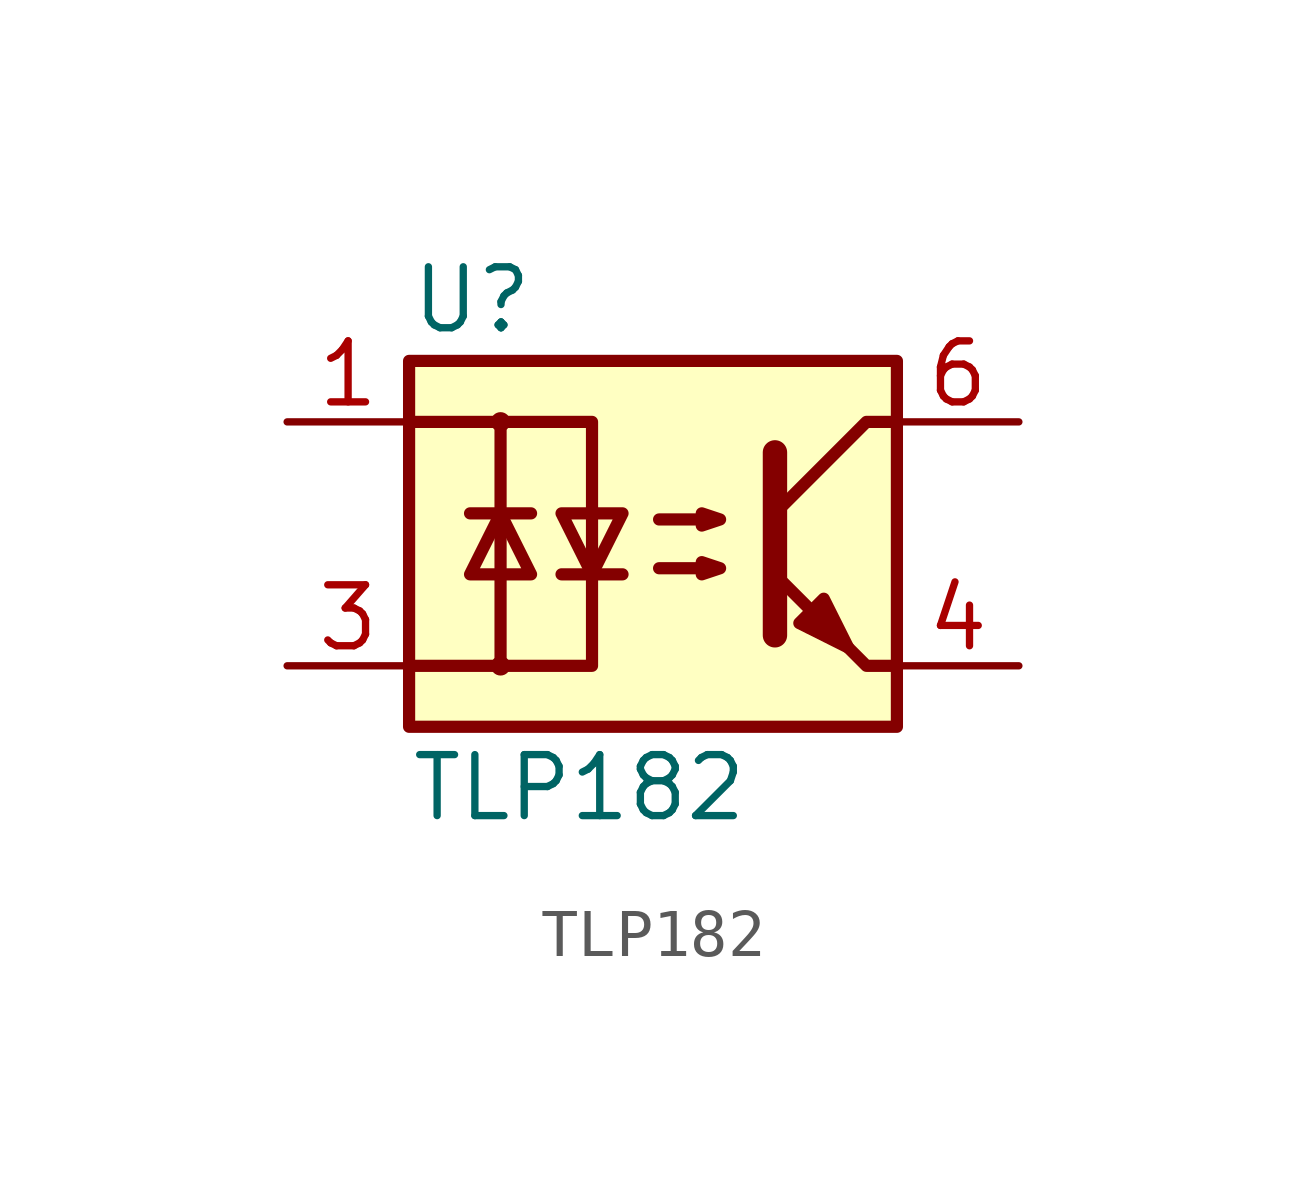
<source format=kicad_sym>
(kicad_symbol_lib
  (version 20241209)
  (generator "kicad_symbol_editor")
  (generator_version "9.0")
  (symbol "TLP182"
    (property "Reference" "U"
      (at -5.08 5.08 0)
      (effects (font (size 1.27 1.27)) (justify left)))
    (property "Value" "TLP182"
      (at -5.08 -5.08 0)
      (effects (font (size 1.27 1.27)) (justify left)))
    (symbol "TLP182_0_1"
      (rectangle (start -5.08 3.81) (end 5.08 -3.81) (stroke (width 0.254) (type default)) (fill (type background)))
      (polyline (pts (xy -5.08 2.54) (xy -3.175 2.54) (xy -3.175 -2.54) (xy -5.08 -2.54)) (stroke (width 0.254) (type default)) (fill (type none)))
      (polyline (pts (xy -3.81 0.635) (xy -2.54 0.635)) (stroke (width 0.254) (type default)) (fill (type none)))
      (circle (center -3.175 2.54) (radius 0.127) (stroke (width 0) (type default)) (fill (type none)))
      (polyline (pts (xy -3.175 0.635) (xy -3.81 -0.635) (xy -2.54 -0.635) (xy -3.175 0.635)) (stroke (width 0.254) (type default)) (fill (type none)))
      (circle (center -3.175 -2.54) (radius 0.127) (stroke (width 0) (type default)) (fill (type none)))
      (polyline (pts (xy -3.175 -2.54) (xy -1.27 -2.54) (xy -1.27 2.54) (xy -3.175 2.54)) (stroke (width 0.254) (type default)) (fill (type none)))
      (polyline (pts (xy -1.905 -0.635) (xy -0.635 -0.635)) (stroke (width 0.254) (type default)) (fill (type none)))
      (polyline (pts (xy -1.27 -0.635) (xy -1.905 0.635) (xy -0.635 0.635) (xy -1.27 -0.635)) (stroke (width 0.254) (type default)) (fill (type none)))
      (polyline (pts (xy 0.127 0.508) (xy 1.397 0.508) (xy 1.016 0.381) (xy 1.016 0.635) (xy 1.397 0.508)) (stroke (width 0.254) (type default)) (fill (type none)))
      (polyline (pts (xy 0.127 -0.508) (xy 1.397 -0.508) (xy 1.016 -0.635) (xy 1.016 -0.381) (xy 1.397 -0.508)) (stroke (width 0.254) (type default)) (fill (type none)))
      (polyline (pts (xy 2.54 1.905) (xy 2.54 -1.905) (xy 2.54 -1.905)) (stroke (width 0.508) (type default)) (fill (type none)))
      (polyline (pts (xy 3.048 -1.651) (xy 3.556 -1.143) (xy 4.064 -2.159) (xy 3.048 -1.651) (xy 3.048 -1.651)) (stroke (width 0.254) (type default)) (fill (type outline)))
      (polyline (pts (xy 5.08 2.54) (xy 4.445 2.54) (xy 2.54 0.635)) (stroke (width 0.254) (type default)) (fill (type none)))
      (polyline (pts (xy 5.08 -2.54) (xy 4.445 -2.54) (xy 2.54 -0.635)) (stroke (width 0.254) (type default)) (fill (type none))))
    (symbol "TLP182_1_1"
      (pin passive line (at -7.62 2.54 0) (length 2.54) (name "~" (effects (font (size 1.27 1.27)))) (number "1" (effects (font (size 1.27 1.27)))))
      (pin passive line (at -7.62 -2.54 0) (length 2.54) (name "~" (effects (font (size 1.27 1.27)))) (number "3" (effects (font (size 1.27 1.27)))))
      (pin passive line (at 7.62 2.54 180) (length 2.54) (name "~" (effects (font (size 1.27 1.27)))) (number "6" (effects (font (size 1.27 1.27)))))
      (pin passive line (at 7.62 -2.54 180) (length 2.54) (name "~" (effects (font (size 1.27 1.27)))) (number "4" (effects (font (size 1.27 1.27))))))))
</source>
